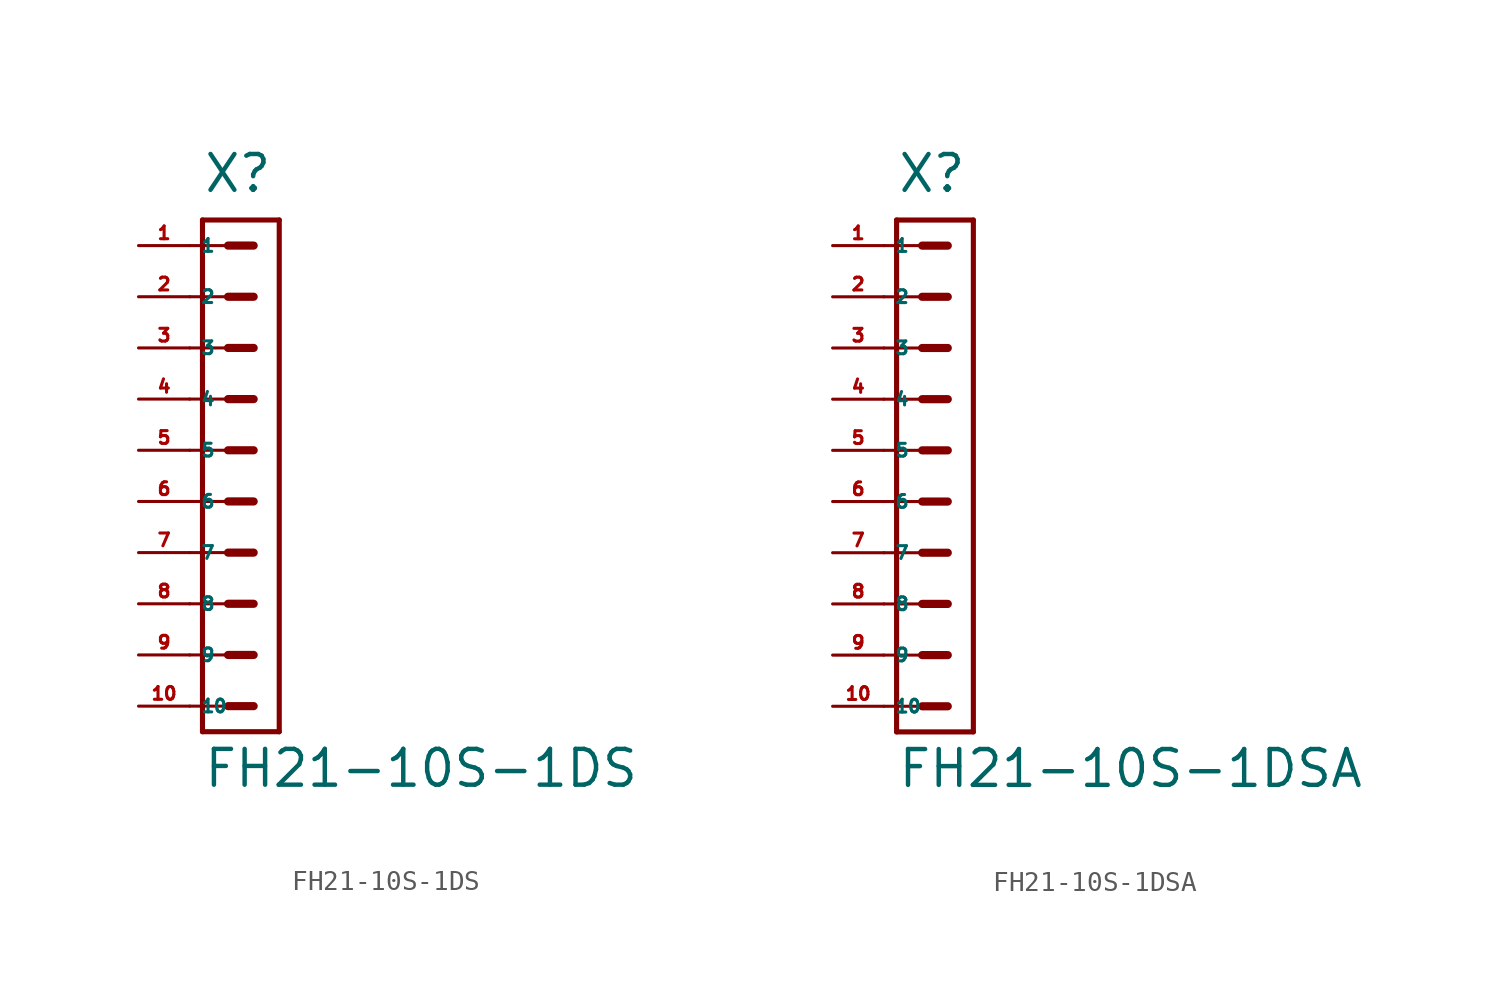
<source format=kicad_sym>
(kicad_symbol_lib
  (version 20220914)
  (generator Eagle2Kicad)
  (symbol "FH21-10S-1DS"
    (property "Reference" "X"
      (at -1.905 12.7 0)
      (effects (font (size 1.778 1.778) (thickness 0.22)) (justify left bottom)))
    (property "Value" "FH21-10S-1DS"
      (at -1.905 -16.828 0)
      (effects (font (size 1.778 1.778) (thickness 0.22)) (justify left bottom)))
    (polyline
      (pts (xy 1.905 11.43) (xy -1.905 11.43))
      (stroke (width 0.254) (type default))
      (fill (type none)))
    (polyline
      (pts (xy -1.905 -13.97) (xy -1.905 11.43))
      (stroke (width 0.254) (type default))
      (fill (type none)))
    (polyline
      (pts (xy -1.905 -13.97) (xy 1.905 -13.97))
      (stroke (width 0.254) (type default))
      (fill (type none)))
    (polyline
      (pts (xy 1.905 11.43) (xy 1.905 -13.97))
      (stroke (width 0.254) (type default))
      (fill (type none)))
    (polyline
      (pts (xy -2.54 10.16) (xy -0.635 10.16))
      (stroke (width 0.152) (type default))
      (fill (type none)))
    (polyline
      (pts (xy -2.54 7.62) (xy -0.635 7.62))
      (stroke (width 0.152) (type default))
      (fill (type none)))
    (polyline
      (pts (xy -2.54 5.08) (xy -0.635 5.08))
      (stroke (width 0.152) (type default))
      (fill (type none)))
    (polyline
      (pts (xy -2.54 2.54) (xy -0.635 2.54))
      (stroke (width 0.152) (type default))
      (fill (type none)))
    (polyline
      (pts (xy -2.54 0) (xy -0.635 0))
      (stroke (width 0.152) (type default))
      (fill (type none)))
    (polyline
      (pts (xy -2.54 -2.54) (xy -0.635 -2.54))
      (stroke (width 0.152) (type default))
      (fill (type none)))
    (polyline
      (pts (xy -0.635 10.16) (xy 0.635 10.16))
      (stroke (width 0.406) (type default))
      (fill (type none)))
    (polyline
      (pts (xy -0.635 7.62) (xy 0.635 7.62))
      (stroke (width 0.406) (type default))
      (fill (type none)))
    (polyline
      (pts (xy -0.635 5.08) (xy 0.635 5.08))
      (stroke (width 0.406) (type default))
      (fill (type none)))
    (polyline
      (pts (xy -0.635 2.54) (xy 0.635 2.54))
      (stroke (width 0.406) (type default))
      (fill (type none)))
    (polyline
      (pts (xy -0.635 0) (xy 0.635 0))
      (stroke (width 0.406) (type default))
      (fill (type none)))
    (polyline
      (pts (xy -0.635 -2.54) (xy 0.635 -2.54))
      (stroke (width 0.406) (type default))
      (fill (type none)))
    (polyline
      (pts (xy -2.54 -5.08) (xy -0.635 -5.08))
      (stroke (width 0.152) (type default))
      (fill (type none)))
    (polyline
      (pts (xy -2.54 -7.62) (xy -0.635 -7.62))
      (stroke (width 0.152) (type default))
      (fill (type none)))
    (polyline
      (pts (xy -0.635 -5.08) (xy 0.635 -5.08))
      (stroke (width 0.406) (type default))
      (fill (type none)))
    (polyline
      (pts (xy -0.635 -7.62) (xy 0.635 -7.62))
      (stroke (width 0.406) (type default))
      (fill (type none)))
    (polyline
      (pts (xy -2.54 -10.16) (xy -0.635 -10.16))
      (stroke (width 0.152) (type default))
      (fill (type none)))
    (polyline
      (pts (xy -2.54 -12.7) (xy -0.635 -12.7))
      (stroke (width 0.152) (type default))
      (fill (type none)))
    (polyline
      (pts (xy -0.635 -10.16) (xy 0.635 -10.16))
      (stroke (width 0.406) (type default))
      (fill (type none)))
    (polyline
      (pts (xy -0.635 -12.7) (xy 0.635 -12.7))
      (stroke (width 0.406) (type default))
      (fill (type none)))
    (pin passive line
      (at -5.08 10.16 0)
      (length 2.54)
      (name "1" (effects (font (size 0.635 0.635) (thickness 0.08)) (justify left bottom)))
      (number "1" (effects (font (size 0.635 0.635) (thickness 0.08)) (justify left bottom))))
    (pin passive line
      (at -5.08 7.62 0)
      (length 2.54)
      (name "2" (effects (font (size 0.635 0.635) (thickness 0.08)) (justify left bottom)))
      (number "2" (effects (font (size 0.635 0.635) (thickness 0.08)) (justify left bottom))))
    (pin passive line
      (at -5.08 5.08 0)
      (length 2.54)
      (name "3" (effects (font (size 0.635 0.635) (thickness 0.08)) (justify left bottom)))
      (number "3" (effects (font (size 0.635 0.635) (thickness 0.08)) (justify left bottom))))
    (pin passive line
      (at -5.08 2.54 0)
      (length 2.54)
      (name "4" (effects (font (size 0.635 0.635) (thickness 0.08)) (justify left bottom)))
      (number "4" (effects (font (size 0.635 0.635) (thickness 0.08)) (justify left bottom))))
    (pin passive line
      (at -5.08 0 0)
      (length 2.54)
      (name "5" (effects (font (size 0.635 0.635) (thickness 0.08)) (justify left bottom)))
      (number "5" (effects (font (size 0.635 0.635) (thickness 0.08)) (justify left bottom))))
    (pin passive line
      (at -5.08 -2.54 0)
      (length 2.54)
      (name "6" (effects (font (size 0.635 0.635) (thickness 0.08)) (justify left bottom)))
      (number "6" (effects (font (size 0.635 0.635) (thickness 0.08)) (justify left bottom))))
    (pin passive line
      (at -5.08 -5.08 0)
      (length 2.54)
      (name "7" (effects (font (size 0.635 0.635) (thickness 0.08)) (justify left bottom)))
      (number "7" (effects (font (size 0.635 0.635) (thickness 0.08)) (justify left bottom))))
    (pin passive line
      (at -5.08 -7.62 0)
      (length 2.54)
      (name "8" (effects (font (size 0.635 0.635) (thickness 0.08)) (justify left bottom)))
      (number "8" (effects (font (size 0.635 0.635) (thickness 0.08)) (justify left bottom))))
    (pin passive line
      (at -5.08 -10.16 0)
      (length 2.54)
      (name "9" (effects (font (size 0.635 0.635) (thickness 0.08)) (justify left bottom)))
      (number "9" (effects (font (size 0.635 0.635) (thickness 0.08)) (justify left bottom))))
    (pin passive line
      (at -5.08 -12.7 0)
      (length 2.54)
      (name "10" (effects (font (size 0.635 0.635) (thickness 0.08)) (justify left bottom)))
      (number "10" (effects (font (size 0.635 0.635) (thickness 0.08)) (justify left bottom)))))
  (symbol "FH21-10S-1DSA"
    (property "Reference" "X"
      (at -1.905 12.7 0)
      (effects (font (size 1.778 1.778) (thickness 0.22)) (justify left bottom)))
    (property "Value" "FH21-10S-1DSA"
      (at -1.905 -16.828 0)
      (effects (font (size 1.778 1.778) (thickness 0.22)) (justify left bottom)))
    (polyline
      (pts (xy 1.905 11.43) (xy -1.905 11.43))
      (stroke (width 0.254) (type default))
      (fill (type none)))
    (polyline
      (pts (xy -1.905 -13.97) (xy -1.905 11.43))
      (stroke (width 0.254) (type default))
      (fill (type none)))
    (polyline
      (pts (xy -1.905 -13.97) (xy 1.905 -13.97))
      (stroke (width 0.254) (type default))
      (fill (type none)))
    (polyline
      (pts (xy 1.905 11.43) (xy 1.905 -13.97))
      (stroke (width 0.254) (type default))
      (fill (type none)))
    (polyline
      (pts (xy -2.54 10.16) (xy -0.635 10.16))
      (stroke (width 0.152) (type default))
      (fill (type none)))
    (polyline
      (pts (xy -2.54 7.62) (xy -0.635 7.62))
      (stroke (width 0.152) (type default))
      (fill (type none)))
    (polyline
      (pts (xy -2.54 5.08) (xy -0.635 5.08))
      (stroke (width 0.152) (type default))
      (fill (type none)))
    (polyline
      (pts (xy -2.54 2.54) (xy -0.635 2.54))
      (stroke (width 0.152) (type default))
      (fill (type none)))
    (polyline
      (pts (xy -2.54 0) (xy -0.635 0))
      (stroke (width 0.152) (type default))
      (fill (type none)))
    (polyline
      (pts (xy -2.54 -2.54) (xy -0.635 -2.54))
      (stroke (width 0.152) (type default))
      (fill (type none)))
    (polyline
      (pts (xy -0.635 10.16) (xy 0.635 10.16))
      (stroke (width 0.406) (type default))
      (fill (type none)))
    (polyline
      (pts (xy -0.635 7.62) (xy 0.635 7.62))
      (stroke (width 0.406) (type default))
      (fill (type none)))
    (polyline
      (pts (xy -0.635 5.08) (xy 0.635 5.08))
      (stroke (width 0.406) (type default))
      (fill (type none)))
    (polyline
      (pts (xy -0.635 2.54) (xy 0.635 2.54))
      (stroke (width 0.406) (type default))
      (fill (type none)))
    (polyline
      (pts (xy -0.635 0) (xy 0.635 0))
      (stroke (width 0.406) (type default))
      (fill (type none)))
    (polyline
      (pts (xy -0.635 -2.54) (xy 0.635 -2.54))
      (stroke (width 0.406) (type default))
      (fill (type none)))
    (polyline
      (pts (xy -2.54 -5.08) (xy -0.635 -5.08))
      (stroke (width 0.152) (type default))
      (fill (type none)))
    (polyline
      (pts (xy -2.54 -7.62) (xy -0.635 -7.62))
      (stroke (width 0.152) (type default))
      (fill (type none)))
    (polyline
      (pts (xy -0.635 -5.08) (xy 0.635 -5.08))
      (stroke (width 0.406) (type default))
      (fill (type none)))
    (polyline
      (pts (xy -0.635 -7.62) (xy 0.635 -7.62))
      (stroke (width 0.406) (type default))
      (fill (type none)))
    (polyline
      (pts (xy -2.54 -10.16) (xy -0.635 -10.16))
      (stroke (width 0.152) (type default))
      (fill (type none)))
    (polyline
      (pts (xy -2.54 -12.7) (xy -0.635 -12.7))
      (stroke (width 0.152) (type default))
      (fill (type none)))
    (polyline
      (pts (xy -0.635 -10.16) (xy 0.635 -10.16))
      (stroke (width 0.406) (type default))
      (fill (type none)))
    (polyline
      (pts (xy -0.635 -12.7) (xy 0.635 -12.7))
      (stroke (width 0.406) (type default))
      (fill (type none)))
    (pin passive line
      (at -5.08 10.16 0)
      (length 2.54)
      (name "1" (effects (font (size 0.635 0.635) (thickness 0.08)) (justify left bottom)))
      (number "1" (effects (font (size 0.635 0.635) (thickness 0.08)) (justify left bottom))))
    (pin passive line
      (at -5.08 7.62 0)
      (length 2.54)
      (name "2" (effects (font (size 0.635 0.635) (thickness 0.08)) (justify left bottom)))
      (number "2" (effects (font (size 0.635 0.635) (thickness 0.08)) (justify left bottom))))
    (pin passive line
      (at -5.08 5.08 0)
      (length 2.54)
      (name "3" (effects (font (size 0.635 0.635) (thickness 0.08)) (justify left bottom)))
      (number "3" (effects (font (size 0.635 0.635) (thickness 0.08)) (justify left bottom))))
    (pin passive line
      (at -5.08 2.54 0)
      (length 2.54)
      (name "4" (effects (font (size 0.635 0.635) (thickness 0.08)) (justify left bottom)))
      (number "4" (effects (font (size 0.635 0.635) (thickness 0.08)) (justify left bottom))))
    (pin passive line
      (at -5.08 0 0)
      (length 2.54)
      (name "5" (effects (font (size 0.635 0.635) (thickness 0.08)) (justify left bottom)))
      (number "5" (effects (font (size 0.635 0.635) (thickness 0.08)) (justify left bottom))))
    (pin passive line
      (at -5.08 -2.54 0)
      (length 2.54)
      (name "6" (effects (font (size 0.635 0.635) (thickness 0.08)) (justify left bottom)))
      (number "6" (effects (font (size 0.635 0.635) (thickness 0.08)) (justify left bottom))))
    (pin passive line
      (at -5.08 -5.08 0)
      (length 2.54)
      (name "7" (effects (font (size 0.635 0.635) (thickness 0.08)) (justify left bottom)))
      (number "7" (effects (font (size 0.635 0.635) (thickness 0.08)) (justify left bottom))))
    (pin passive line
      (at -5.08 -7.62 0)
      (length 2.54)
      (name "8" (effects (font (size 0.635 0.635) (thickness 0.08)) (justify left bottom)))
      (number "8" (effects (font (size 0.635 0.635) (thickness 0.08)) (justify left bottom))))
    (pin passive line
      (at -5.08 -10.16 0)
      (length 2.54)
      (name "9" (effects (font (size 0.635 0.635) (thickness 0.08)) (justify left bottom)))
      (number "9" (effects (font (size 0.635 0.635) (thickness 0.08)) (justify left bottom))))
    (pin passive line
      (at -5.08 -12.7 0)
      (length 2.54)
      (name "10" (effects (font (size 0.635 0.635) (thickness 0.08)) (justify left bottom)))
      (number "10" (effects (font (size 0.635 0.635) (thickness 0.08)) (justify left bottom))))))
</source>
